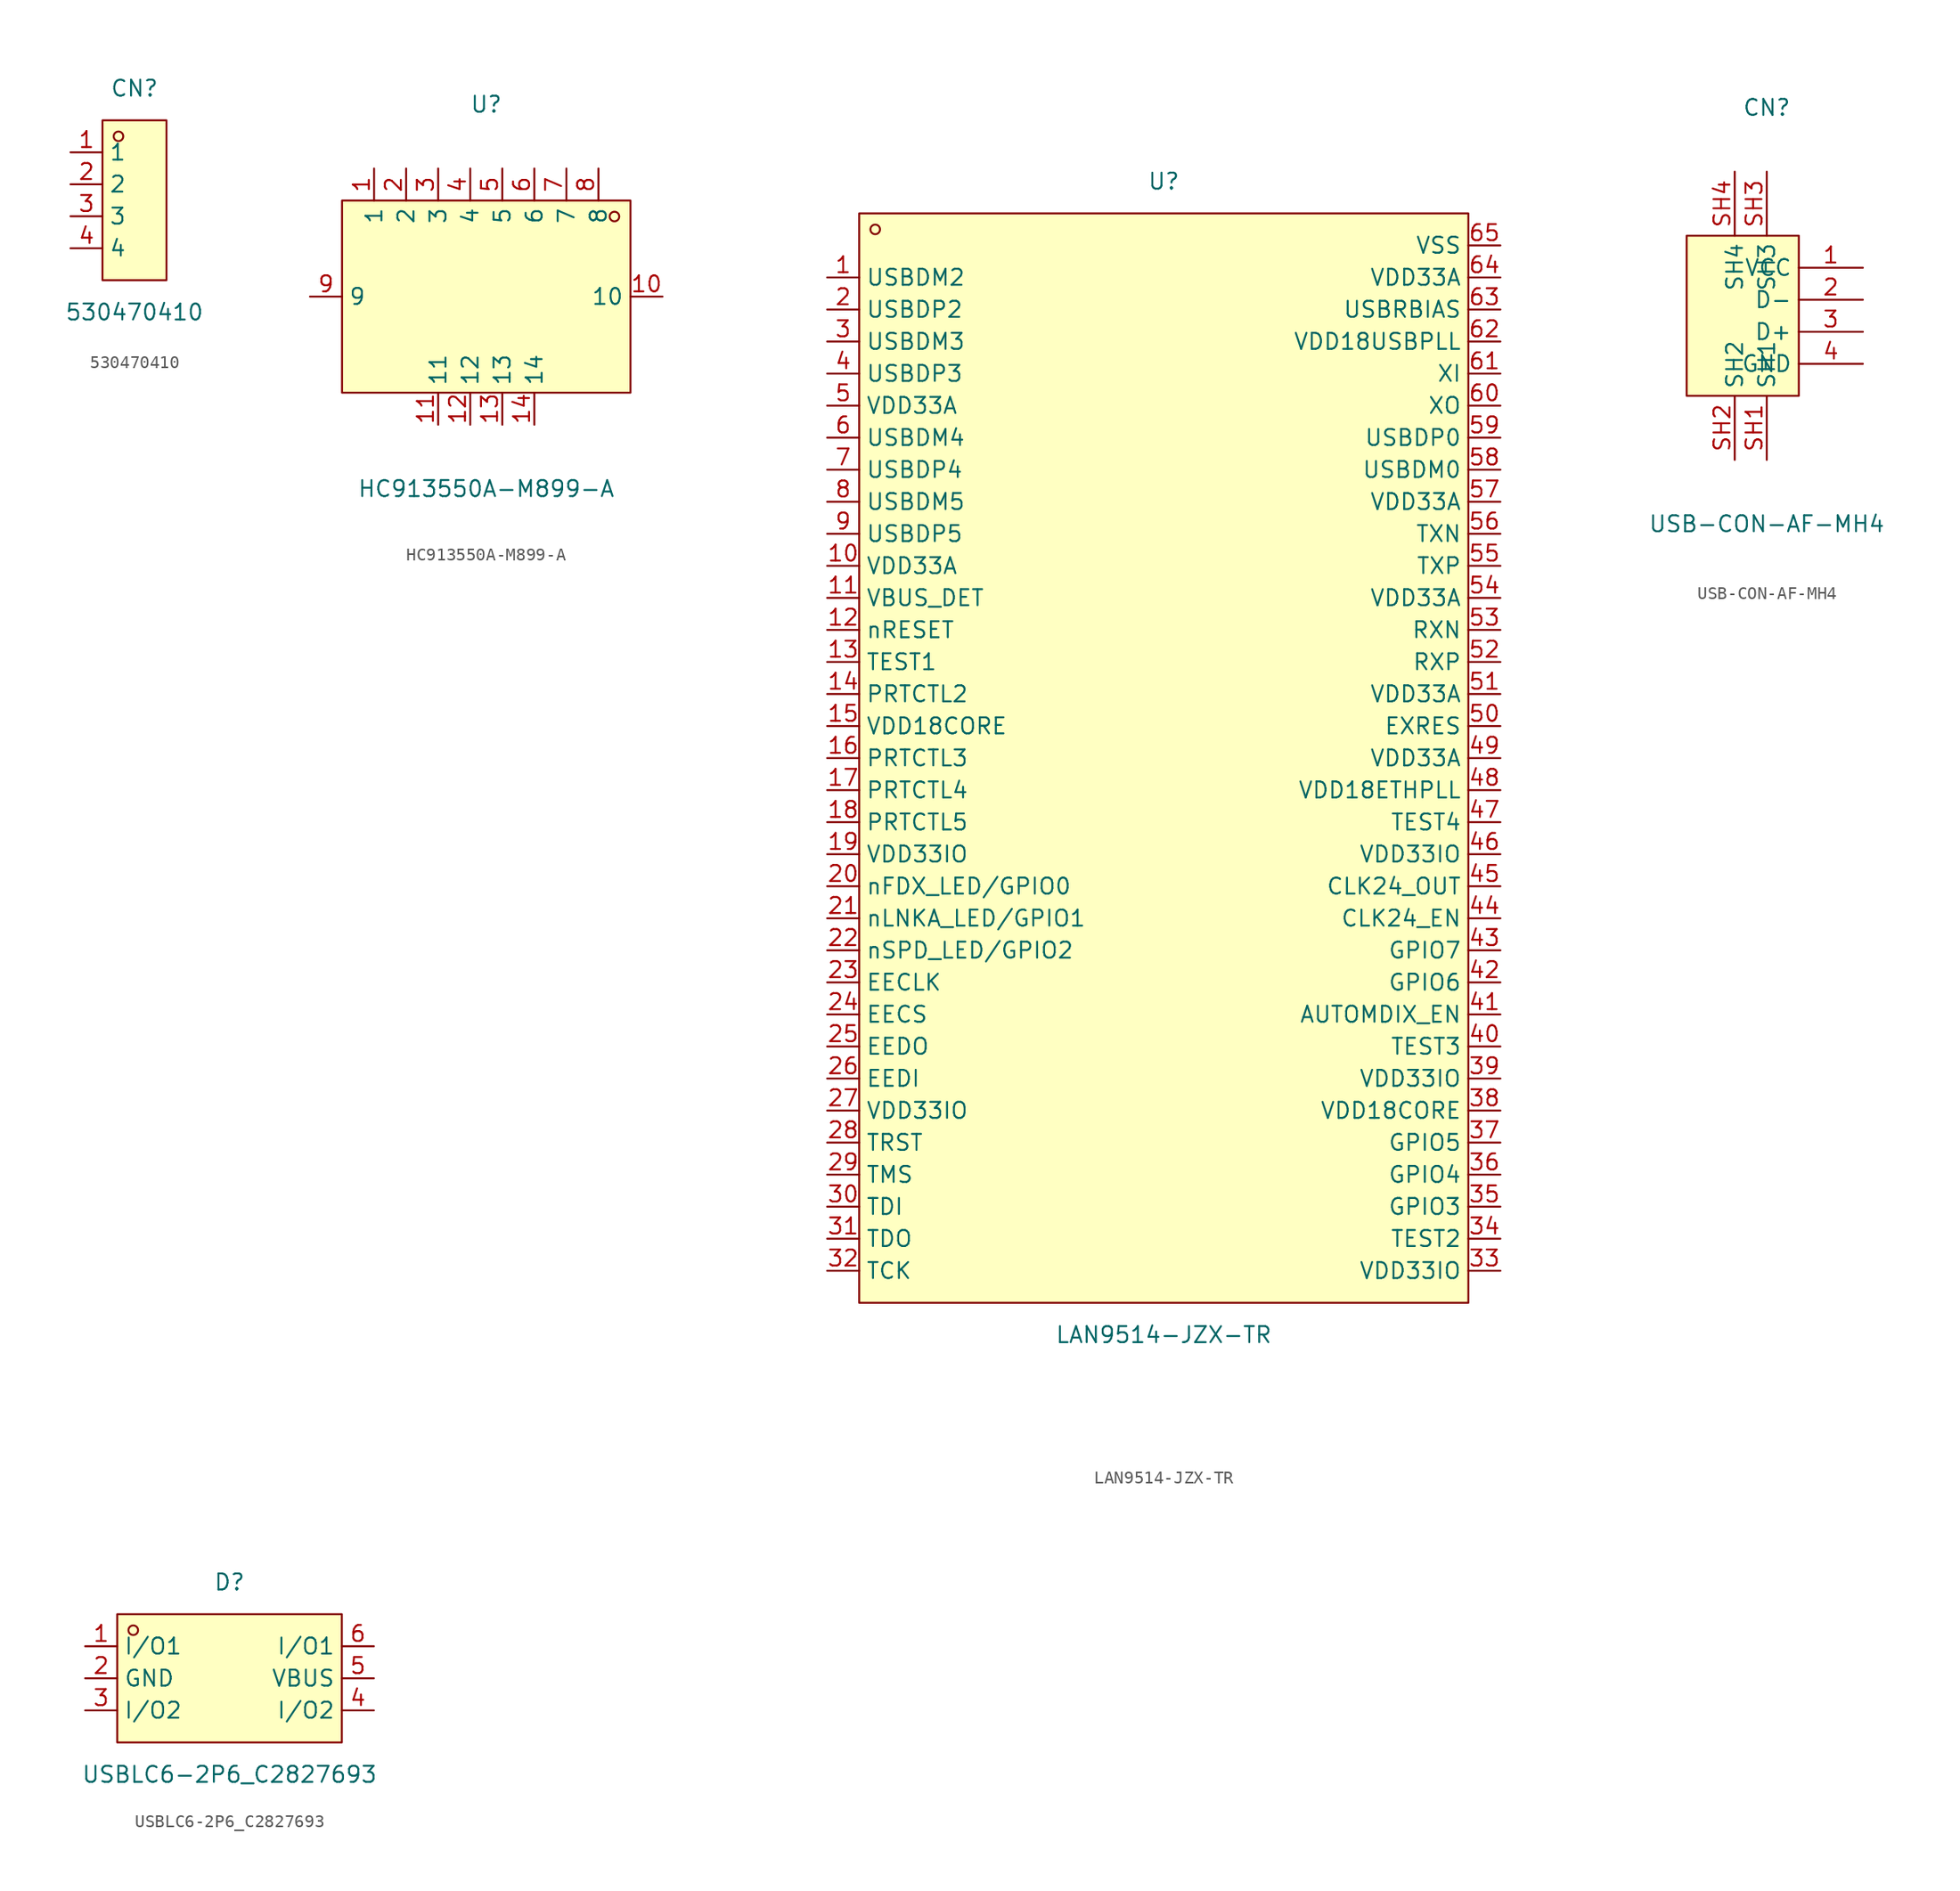
<source format=kicad_sym>
(kicad_symbol_lib
  (version 20211014)
  (generator https://github.com/uPesy/easyeda2kicad.py)
  (symbol "530470410"
    (property "Reference" "CN"
      (at 0 8.89 0)
      (effects (font (size 1.27 1.27))))
    (property "Value" "530470410"
      (at 0 -8.89 0)
      (effects (font (size 1.27 1.27))))
    (symbol "530470410_0_1"
      (rectangle (start -2.54 6.35) (end 2.54 -6.35) (stroke (width 0) (type default) (color 0 0 0 0)) (fill (type background)))
      (circle (center -1.27 5.08) (radius 0.38) (stroke (width 0) (type default) (color 0 0 0 0)) (fill (type none)))
      (pin unspecified line (at -5.08 3.81 0) (length 2.54) (name "1" (effects (font (size 1.27 1.27)))) (number "1" (effects (font (size 1.27 1.27)))))
      (pin unspecified line (at -5.08 1.27 0) (length 2.54) (name "2" (effects (font (size 1.27 1.27)))) (number "2" (effects (font (size 1.27 1.27)))))
      (pin unspecified line (at -5.08 -1.27 0) (length 2.54) (name "3" (effects (font (size 1.27 1.27)))) (number "3" (effects (font (size 1.27 1.27)))))
      (pin unspecified line (at -5.08 -3.81 0) (length 2.54) (name "4" (effects (font (size 1.27 1.27)))) (number "4" (effects (font (size 1.27 1.27)))))))
  (symbol "HC913550A-M899-A"
    (property "Reference" "U"
      (at 0 15.24 0)
      (effects (font (size 1.27 1.27))))
    (property "Value" "HC913550A-M899-A"
      (at 0 -15.24 0)
      (effects (font (size 1.27 1.27))))
    (symbol "HC913550A-M899-A_0_1"
      (rectangle (start -11.43 7.62) (end 11.43 -7.62) (stroke (width 0) (type default) (color 0 0 0 0)) (fill (type background)))
      (circle (center 10.16 6.35) (radius 0.38) (stroke (width 0) (type default) (color 0 0 0 0)) (fill (type none)))
      (pin unspecified line (at 8.89 10.16 270) (length 2.54) (name "8" (effects (font (size 1.27 1.27)))) (number "8" (effects (font (size 1.27 1.27)))))
      (pin unspecified line (at 6.35 10.16 270) (length 2.54) (name "7" (effects (font (size 1.27 1.27)))) (number "7" (effects (font (size 1.27 1.27)))))
      (pin unspecified line (at 3.81 10.16 270) (length 2.54) (name "6" (effects (font (size 1.27 1.27)))) (number "6" (effects (font (size 1.27 1.27)))))
      (pin unspecified line (at 1.27 10.16 270) (length 2.54) (name "5" (effects (font (size 1.27 1.27)))) (number "5" (effects (font (size 1.27 1.27)))))
      (pin unspecified line (at -1.27 10.16 270) (length 2.54) (name "4" (effects (font (size 1.27 1.27)))) (number "4" (effects (font (size 1.27 1.27)))))
      (pin unspecified line (at -3.81 10.16 270) (length 2.54) (name "3" (effects (font (size 1.27 1.27)))) (number "3" (effects (font (size 1.27 1.27)))))
      (pin unspecified line (at -6.35 10.16 270) (length 2.54) (name "2" (effects (font (size 1.27 1.27)))) (number "2" (effects (font (size 1.27 1.27)))))
      (pin unspecified line (at -8.89 10.16 270) (length 2.54) (name "1" (effects (font (size 1.27 1.27)))) (number "1" (effects (font (size 1.27 1.27)))))
      (pin unspecified line (at -13.97 -0.00 0) (length 2.54) (name "9" (effects (font (size 1.27 1.27)))) (number "9" (effects (font (size 1.27 1.27)))))
      (pin unspecified line (at 13.97 -0.00 180) (length 2.54) (name "10" (effects (font (size 1.27 1.27)))) (number "10" (effects (font (size 1.27 1.27)))))
      (pin unspecified line (at -3.81 -10.16 90) (length 2.54) (name "11" (effects (font (size 1.27 1.27)))) (number "11" (effects (font (size 1.27 1.27)))))
      (pin unspecified line (at -1.27 -10.16 90) (length 2.54) (name "12" (effects (font (size 1.27 1.27)))) (number "12" (effects (font (size 1.27 1.27)))))
      (pin unspecified line (at 1.27 -10.16 90) (length 2.54) (name "13" (effects (font (size 1.27 1.27)))) (number "13" (effects (font (size 1.27 1.27)))))
      (pin unspecified line (at 3.81 -10.16 90) (length 2.54) (name "14" (effects (font (size 1.27 1.27)))) (number "14" (effects (font (size 1.27 1.27)))))))
  (symbol "LAN9514-JZX-TR"
    (property "Reference" "U"
      (at 0 45.72 0)
      (effects (font (size 1.27 1.27))))
    (property "Value" "LAN9514-JZX-TR"
      (at 0 -45.72 0)
      (effects (font (size 1.27 1.27))))
    (symbol "LAN9514-JZX-TR_0_1"
      (rectangle (start -24.13 43.18) (end 24.13 -43.18) (stroke (width 0) (type default) (color 0 0 0 0)) (fill (type background)))
      (circle (center -22.86 41.91) (radius 0.38) (stroke (width 0) (type default) (color 0 0 0 0)) (fill (type none)))
      (pin unspecified line (at 26.67 40.64 180) (length 2.54) (name "VSS" (effects (font (size 1.27 1.27)))) (number "65" (effects (font (size 1.27 1.27)))))
      (pin unspecified line (at 26.67 38.10 180) (length 2.54) (name "VDD33A" (effects (font (size 1.27 1.27)))) (number "64" (effects (font (size 1.27 1.27)))))
      (pin unspecified line (at 26.67 35.56 180) (length 2.54) (name "USBRBIAS" (effects (font (size 1.27 1.27)))) (number "63" (effects (font (size 1.27 1.27)))))
      (pin unspecified line (at 26.67 33.02 180) (length 2.54) (name "VDD18USBPLL" (effects (font (size 1.27 1.27)))) (number "62" (effects (font (size 1.27 1.27)))))
      (pin unspecified line (at 26.67 30.48 180) (length 2.54) (name "XI" (effects (font (size 1.27 1.27)))) (number "61" (effects (font (size 1.27 1.27)))))
      (pin unspecified line (at 26.67 27.94 180) (length 2.54) (name "XO" (effects (font (size 1.27 1.27)))) (number "60" (effects (font (size 1.27 1.27)))))
      (pin unspecified line (at 26.67 25.40 180) (length 2.54) (name "USBDP0" (effects (font (size 1.27 1.27)))) (number "59" (effects (font (size 1.27 1.27)))))
      (pin unspecified line (at 26.67 22.86 180) (length 2.54) (name "USBDM0" (effects (font (size 1.27 1.27)))) (number "58" (effects (font (size 1.27 1.27)))))
      (pin unspecified line (at 26.67 20.32 180) (length 2.54) (name "VDD33A" (effects (font (size 1.27 1.27)))) (number "57" (effects (font (size 1.27 1.27)))))
      (pin unspecified line (at 26.67 17.78 180) (length 2.54) (name "TXN" (effects (font (size 1.27 1.27)))) (number "56" (effects (font (size 1.27 1.27)))))
      (pin unspecified line (at 26.67 15.24 180) (length 2.54) (name "TXP" (effects (font (size 1.27 1.27)))) (number "55" (effects (font (size 1.27 1.27)))))
      (pin unspecified line (at 26.67 12.70 180) (length 2.54) (name "VDD33A" (effects (font (size 1.27 1.27)))) (number "54" (effects (font (size 1.27 1.27)))))
      (pin unspecified line (at 26.67 10.16 180) (length 2.54) (name "RXN" (effects (font (size 1.27 1.27)))) (number "53" (effects (font (size 1.27 1.27)))))
      (pin unspecified line (at 26.67 7.62 180) (length 2.54) (name "RXP" (effects (font (size 1.27 1.27)))) (number "52" (effects (font (size 1.27 1.27)))))
      (pin unspecified line (at 26.67 5.08 180) (length 2.54) (name "VDD33A" (effects (font (size 1.27 1.27)))) (number "51" (effects (font (size 1.27 1.27)))))
      (pin unspecified line (at 26.67 2.54 180) (length 2.54) (name "EXRES" (effects (font (size 1.27 1.27)))) (number "50" (effects (font (size 1.27 1.27)))))
      (pin unspecified line (at 26.67 -0.00 180) (length 2.54) (name "VDD33A" (effects (font (size 1.27 1.27)))) (number "49" (effects (font (size 1.27 1.27)))))
      (pin unspecified line (at 26.67 -2.54 180) (length 2.54) (name "VDD18ETHPLL" (effects (font (size 1.27 1.27)))) (number "48" (effects (font (size 1.27 1.27)))))
      (pin unspecified line (at 26.67 -5.08 180) (length 2.54) (name "TEST4" (effects (font (size 1.27 1.27)))) (number "47" (effects (font (size 1.27 1.27)))))
      (pin unspecified line (at 26.67 -7.62 180) (length 2.54) (name "VDD33IO" (effects (font (size 1.27 1.27)))) (number "46" (effects (font (size 1.27 1.27)))))
      (pin unspecified line (at 26.67 -10.16 180) (length 2.54) (name "CLK24_OUT" (effects (font (size 1.27 1.27)))) (number "45" (effects (font (size 1.27 1.27)))))
      (pin unspecified line (at 26.67 -12.70 180) (length 2.54) (name "CLK24_EN" (effects (font (size 1.27 1.27)))) (number "44" (effects (font (size 1.27 1.27)))))
      (pin unspecified line (at 26.67 -15.24 180) (length 2.54) (name "GPIO7" (effects (font (size 1.27 1.27)))) (number "43" (effects (font (size 1.27 1.27)))))
      (pin unspecified line (at 26.67 -17.78 180) (length 2.54) (name "GPIO6" (effects (font (size 1.27 1.27)))) (number "42" (effects (font (size 1.27 1.27)))))
      (pin unspecified line (at 26.67 -20.32 180) (length 2.54) (name "AUTOMDIX_EN" (effects (font (size 1.27 1.27)))) (number "41" (effects (font (size 1.27 1.27)))))
      (pin unspecified line (at 26.67 -22.86 180) (length 2.54) (name "TEST3" (effects (font (size 1.27 1.27)))) (number "40" (effects (font (size 1.27 1.27)))))
      (pin unspecified line (at 26.67 -25.40 180) (length 2.54) (name "VDD33IO" (effects (font (size 1.27 1.27)))) (number "39" (effects (font (size 1.27 1.27)))))
      (pin unspecified line (at 26.67 -27.94 180) (length 2.54) (name "VDD18CORE" (effects (font (size 1.27 1.27)))) (number "38" (effects (font (size 1.27 1.27)))))
      (pin unspecified line (at 26.67 -30.48 180) (length 2.54) (name "GPIO5" (effects (font (size 1.27 1.27)))) (number "37" (effects (font (size 1.27 1.27)))))
      (pin unspecified line (at 26.67 -33.02 180) (length 2.54) (name "GPIO4" (effects (font (size 1.27 1.27)))) (number "36" (effects (font (size 1.27 1.27)))))
      (pin unspecified line (at 26.67 -35.56 180) (length 2.54) (name "GPIO3" (effects (font (size 1.27 1.27)))) (number "35" (effects (font (size 1.27 1.27)))))
      (pin unspecified line (at 26.67 -38.10 180) (length 2.54) (name "TEST2" (effects (font (size 1.27 1.27)))) (number "34" (effects (font (size 1.27 1.27)))))
      (pin unspecified line (at 26.67 -40.64 180) (length 2.54) (name "VDD33IO" (effects (font (size 1.27 1.27)))) (number "33" (effects (font (size 1.27 1.27)))))
      (pin unspecified line (at -26.67 -40.64 0) (length 2.54) (name "TCK" (effects (font (size 1.27 1.27)))) (number "32" (effects (font (size 1.27 1.27)))))
      (pin unspecified line (at -26.67 -38.10 0) (length 2.54) (name "TDO" (effects (font (size 1.27 1.27)))) (number "31" (effects (font (size 1.27 1.27)))))
      (pin unspecified line (at -26.67 -35.56 0) (length 2.54) (name "TDI" (effects (font (size 1.27 1.27)))) (number "30" (effects (font (size 1.27 1.27)))))
      (pin unspecified line (at -26.67 -33.02 0) (length 2.54) (name "TMS" (effects (font (size 1.27 1.27)))) (number "29" (effects (font (size 1.27 1.27)))))
      (pin unspecified line (at -26.67 -30.48 0) (length 2.54) (name "TRST" (effects (font (size 1.27 1.27)))) (number "28" (effects (font (size 1.27 1.27)))))
      (pin unspecified line (at -26.67 -27.94 0) (length 2.54) (name "VDD33IO" (effects (font (size 1.27 1.27)))) (number "27" (effects (font (size 1.27 1.27)))))
      (pin unspecified line (at -26.67 -25.40 0) (length 2.54) (name "EEDI" (effects (font (size 1.27 1.27)))) (number "26" (effects (font (size 1.27 1.27)))))
      (pin unspecified line (at -26.67 -22.86 0) (length 2.54) (name "EEDO" (effects (font (size 1.27 1.27)))) (number "25" (effects (font (size 1.27 1.27)))))
      (pin unspecified line (at -26.67 -20.32 0) (length 2.54) (name "EECS" (effects (font (size 1.27 1.27)))) (number "24" (effects (font (size 1.27 1.27)))))
      (pin unspecified line (at -26.67 -17.78 0) (length 2.54) (name "EECLK" (effects (font (size 1.27 1.27)))) (number "23" (effects (font (size 1.27 1.27)))))
      (pin unspecified line (at -26.67 -15.24 0) (length 2.54) (name "nSPD_LED/GPIO2" (effects (font (size 1.27 1.27)))) (number "22" (effects (font (size 1.27 1.27)))))
      (pin unspecified line (at -26.67 -12.70 0) (length 2.54) (name "nLNKA_LED/GPIO1" (effects (font (size 1.27 1.27)))) (number "21" (effects (font (size 1.27 1.27)))))
      (pin unspecified line (at -26.67 -10.16 0) (length 2.54) (name "nFDX_LED/GPIO0" (effects (font (size 1.27 1.27)))) (number "20" (effects (font (size 1.27 1.27)))))
      (pin unspecified line (at -26.67 -7.62 0) (length 2.54) (name "VDD33IO" (effects (font (size 1.27 1.27)))) (number "19" (effects (font (size 1.27 1.27)))))
      (pin unspecified line (at -26.67 -5.08 0) (length 2.54) (name "PRTCTL5" (effects (font (size 1.27 1.27)))) (number "18" (effects (font (size 1.27 1.27)))))
      (pin unspecified line (at -26.67 -2.54 0) (length 2.54) (name "PRTCTL4" (effects (font (size 1.27 1.27)))) (number "17" (effects (font (size 1.27 1.27)))))
      (pin unspecified line (at -26.67 -0.00 0) (length 2.54) (name "PRTCTL3" (effects (font (size 1.27 1.27)))) (number "16" (effects (font (size 1.27 1.27)))))
      (pin unspecified line (at -26.67 2.54 0) (length 2.54) (name "VDD18CORE" (effects (font (size 1.27 1.27)))) (number "15" (effects (font (size 1.27 1.27)))))
      (pin unspecified line (at -26.67 5.08 0) (length 2.54) (name "PRTCTL2" (effects (font (size 1.27 1.27)))) (number "14" (effects (font (size 1.27 1.27)))))
      (pin unspecified line (at -26.67 7.62 0) (length 2.54) (name "TEST1" (effects (font (size 1.27 1.27)))) (number "13" (effects (font (size 1.27 1.27)))))
      (pin unspecified line (at -26.67 10.16 0) (length 2.54) (name "nRESET" (effects (font (size 1.27 1.27)))) (number "12" (effects (font (size 1.27 1.27)))))
      (pin unspecified line (at -26.67 12.70 0) (length 2.54) (name "VBUS_DET" (effects (font (size 1.27 1.27)))) (number "11" (effects (font (size 1.27 1.27)))))
      (pin unspecified line (at -26.67 15.24 0) (length 2.54) (name "VDD33A" (effects (font (size 1.27 1.27)))) (number "10" (effects (font (size 1.27 1.27)))))
      (pin unspecified line (at -26.67 17.78 0) (length 2.54) (name "USBDP5" (effects (font (size 1.27 1.27)))) (number "9" (effects (font (size 1.27 1.27)))))
      (pin unspecified line (at -26.67 20.32 0) (length 2.54) (name "USBDM5" (effects (font (size 1.27 1.27)))) (number "8" (effects (font (size 1.27 1.27)))))
      (pin unspecified line (at -26.67 22.86 0) (length 2.54) (name "USBDP4" (effects (font (size 1.27 1.27)))) (number "7" (effects (font (size 1.27 1.27)))))
      (pin unspecified line (at -26.67 25.40 0) (length 2.54) (name "USBDM4" (effects (font (size 1.27 1.27)))) (number "6" (effects (font (size 1.27 1.27)))))
      (pin unspecified line (at -26.67 27.94 0) (length 2.54) (name "VDD33A" (effects (font (size 1.27 1.27)))) (number "5" (effects (font (size 1.27 1.27)))))
      (pin unspecified line (at -26.67 30.48 0) (length 2.54) (name "USBDP3" (effects (font (size 1.27 1.27)))) (number "4" (effects (font (size 1.27 1.27)))))
      (pin unspecified line (at -26.67 33.02 0) (length 2.54) (name "USBDM3" (effects (font (size 1.27 1.27)))) (number "3" (effects (font (size 1.27 1.27)))))
      (pin unspecified line (at -26.67 35.56 0) (length 2.54) (name "USBDP2" (effects (font (size 1.27 1.27)))) (number "2" (effects (font (size 1.27 1.27)))))
      (pin unspecified line (at -26.67 38.10 0) (length 2.54) (name "USBDM2" (effects (font (size 1.27 1.27)))) (number "1" (effects (font (size 1.27 1.27)))))))
  (symbol "USB-CON-AF-MH4"
    (property "Reference" "CN"
      (at 0 17.78 0)
      (effects (font (size 1.27 1.27))))
    (property "Value" "USB-CON-AF-MH4"
      (at 0 -15.24 0)
      (effects (font (size 1.27 1.27))))
    (symbol "USB-CON-AF-MH4_0_1"
      (rectangle (start -6.35 7.62) (end 2.54 -5.08) (stroke (width 0) (type default) (color 0 0 0 0)) (fill (type background)))
      (pin input line (at 7.62 5.08 180) (length 5.08) (name "VCC" (effects (font (size 1.27 1.27)))) (number "1" (effects (font (size 1.27 1.27)))))
      (pin input line (at 7.62 2.54 180) (length 5.08) (name "D-" (effects (font (size 1.27 1.27)))) (number "2" (effects (font (size 1.27 1.27)))))
      (pin input line (at 7.62 -0.00 180) (length 5.08) (name "D+" (effects (font (size 1.27 1.27)))) (number "3" (effects (font (size 1.27 1.27)))))
      (pin input line (at 7.62 -2.54 180) (length 5.08) (name "GND" (effects (font (size 1.27 1.27)))) (number "4" (effects (font (size 1.27 1.27)))))
      (pin unspecified line (at 0.00 -10.16 90) (length 5.08) (name "SH1" (effects (font (size 1.27 1.27)))) (number "SH1" (effects (font (size 1.27 1.27)))))
      (pin unspecified line (at -2.54 -10.16 90) (length 5.08) (name "SH2" (effects (font (size 1.27 1.27)))) (number "SH2" (effects (font (size 1.27 1.27)))))
      (pin unspecified line (at -2.54 12.70 270) (length 5.08) (name "SH4" (effects (font (size 1.27 1.27)))) (number "SH4" (effects (font (size 1.27 1.27)))))
      (pin unspecified line (at 0.00 12.70 270) (length 5.08) (name "SH3" (effects (font (size 1.27 1.27)))) (number "SH3" (effects (font (size 1.27 1.27)))))))
  (symbol "USBLC6-2P6_C2827693"
    (property "Reference" "D"
      (at 0 7.62 0)
      (effects (font (size 1.27 1.27))))
    (property "Value" "USBLC6-2P6_C2827693"
      (at 0 -7.62 0)
      (effects (font (size 1.27 1.27))))
    (symbol "USBLC6-2P6_C2827693_0_1"
      (rectangle (start -8.89 5.08) (end 8.89 -5.08) (stroke (width 0) (type default) (color 0 0 0 0)) (fill (type background)))
      (circle (center -7.62 3.81) (radius 0.38) (stroke (width 0) (type default) (color 0 0 0 0)) (fill (type none)))
      (pin unspecified line (at -11.43 2.54 0) (length 2.54) (name "I/O1" (effects (font (size 1.27 1.27)))) (number "1" (effects (font (size 1.27 1.27)))))
      (pin unspecified line (at -11.43 -0.00 0) (length 2.54) (name "GND" (effects (font (size 1.27 1.27)))) (number "2" (effects (font (size 1.27 1.27)))))
      (pin unspecified line (at -11.43 -2.54 0) (length 2.54) (name "I/O2" (effects (font (size 1.27 1.27)))) (number "3" (effects (font (size 1.27 1.27)))))
      (pin unspecified line (at 11.43 -2.54 180) (length 2.54) (name "I/O2" (effects (font (size 1.27 1.27)))) (number "4" (effects (font (size 1.27 1.27)))))
      (pin unspecified line (at 11.43 -0.00 180) (length 2.54) (name "VBUS" (effects (font (size 1.27 1.27)))) (number "5" (effects (font (size 1.27 1.27)))))
      (pin unspecified line (at 11.43 2.54 180) (length 2.54) (name "I/O1" (effects (font (size 1.27 1.27)))) (number "6" (effects (font (size 1.27 1.27))))))))
</source>
